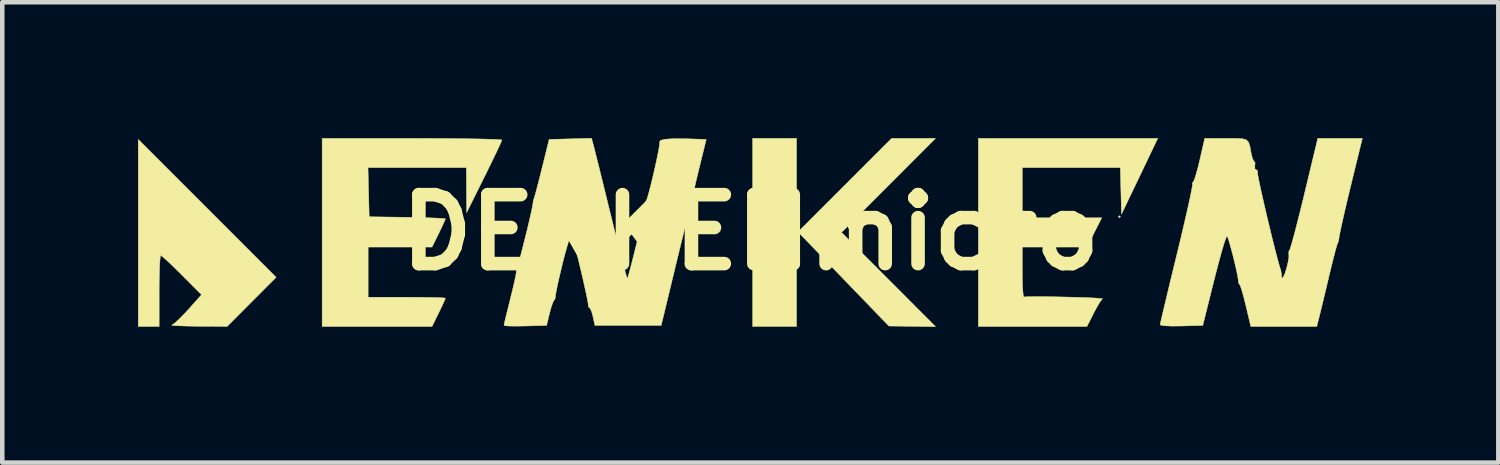
<source format=kicad_pcb>
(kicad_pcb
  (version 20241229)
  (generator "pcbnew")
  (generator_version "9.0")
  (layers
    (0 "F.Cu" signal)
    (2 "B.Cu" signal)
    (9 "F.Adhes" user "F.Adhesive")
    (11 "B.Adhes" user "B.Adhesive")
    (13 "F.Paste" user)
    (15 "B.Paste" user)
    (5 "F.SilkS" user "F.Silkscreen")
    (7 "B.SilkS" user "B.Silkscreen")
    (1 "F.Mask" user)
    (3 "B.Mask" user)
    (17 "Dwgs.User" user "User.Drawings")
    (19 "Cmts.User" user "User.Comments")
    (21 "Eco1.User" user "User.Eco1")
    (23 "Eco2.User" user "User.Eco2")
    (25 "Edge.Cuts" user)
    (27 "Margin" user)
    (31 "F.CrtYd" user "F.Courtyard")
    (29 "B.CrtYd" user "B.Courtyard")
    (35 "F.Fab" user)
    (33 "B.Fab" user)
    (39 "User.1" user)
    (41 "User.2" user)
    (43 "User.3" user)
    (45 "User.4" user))
  (footprint "DENKENmicro"
    (layer "F.Cu")
    (at 13.536 2.086)
    (property "Reference" "DENKENmicro" (at 0 0 0) (layer "F.SilkS") (effects (font (size 1.524 1.524) (thickness 0.3))))
    (attr through_hole)
    (fp_poly (pts (xy 1.016 2.078) (xy 0.046 2.078) (xy 0.046 -2.078) (xy 1.016 -2.078) (xy 1.016 2.078)) (stroke (width 0.01) (type solid)) (fill yes) (layer "F.SilkS"))
    (fp_poly (pts (xy 8.174 -0.346) (xy 8.151 -0.323) (xy 8.128 -0.346) (xy 8.151 -0.369) (xy 8.174 -0.346)) (stroke (width 0.01) (type solid)) (fill yes) (layer "F.SilkS"))
    (fp_poly (pts (xy 3.048 -1.039) (xy 2.01 0) (xy 4.087 2.082) (xy 3.572 2.075) (xy 3.056 2.068) (xy 2.053 1.029) (xy 1.05 -0.01) (xy 3.117 -2.078) (xy 4.086 -2.078) (xy 3.048 -1.039)) (stroke (width 0.01) (type solid)) (fill yes) (layer "F.SilkS"))
    (fp_poly (pts (xy -12.007 -0.531) (xy -10.484 0.992) (xy -11.567 2.078) (xy -12.214 2.073) (xy -12.439 2.07) (xy -12.62 2.064) (xy -12.742 2.058) (xy -12.792 2.051) (xy -12.789 2.048) (xy -12.727 2.006) (xy -12.623 1.911) (xy -12.494 1.78) (xy -12.424 1.703) (xy -12.133 1.377) (xy -12.566 0.943) (xy -12.728 0.782) (xy -12.868 0.648) (xy -12.973 0.553) (xy -13.029 0.51) (xy -13.034 0.508) (xy -13.046 0.552) (xy -13.056 0.673) (xy -13.063 0.856) (xy -13.068 1.087) (xy -13.069 1.293) (xy -13.069 2.078) (xy -13.531 2.078) (xy -13.531 -2.055) (xy -12.007 -0.531)) (stroke (width 0.01) (type solid)) (fill yes) (layer "F.SilkS"))
    (fp_poly (pts (xy 8.598 -1.241) (xy 8.197 -0.405) (xy 8.171 -1.432) (xy 6.004 -1.432) (xy 6.004 -0.323) (xy 7.76 -0.323) (xy 7.597 0) (xy 7.434 0.323) (xy 6.004 0.323) (xy 6.004 0.877) (xy 6.006 1.091) (xy 6.014 1.265) (xy 6.025 1.383) (xy 6.038 1.426) (xy 6.038 1.426) (xy 6.12 1.421) (xy 6.266 1.419) (xy 6.461 1.419) (xy 6.688 1.422) (xy 6.929 1.427) (xy 7.168 1.433) (xy 7.389 1.44) (xy 7.575 1.448) (xy 7.709 1.456) (xy 7.773 1.464) (xy 7.776 1.467) (xy 7.73 1.523) (xy 7.66 1.638) (xy 7.58 1.787) (xy 7.579 1.79) (xy 7.434 2.078) (xy 5.034 2.078) (xy 5.034 -2.078) (xy 8.998 -2.078) (xy 8.598 -1.241)) (stroke (width 0.01) (type solid)) (fill yes) (layer "F.SilkS"))
    (fp_poly (pts (xy -7.063 -2.077) (xy -6.675 -2.075) (xy -6.326 -2.071) (xy -6.026 -2.066) (xy -5.784 -2.06) (xy -5.61 -2.054) (xy -5.513 -2.046) (xy -5.496 -2.041) (xy -5.515 -1.99) (xy -5.57 -1.87) (xy -5.653 -1.695) (xy -5.759 -1.477) (xy -5.88 -1.23) (xy -5.885 -1.222) (xy -6.274 -0.439) (xy -6.277 -0.935) (xy -6.281 -1.432) (xy -8.454 -1.432) (xy -8.441 -0.889) (xy -8.428 -0.346) (xy -7.585 -0.334) (xy -7.318 -0.329) (xy -7.085 -0.322) (xy -6.902 -0.315) (xy -6.783 -0.307) (xy -6.743 -0.3) (xy -6.762 -0.251) (xy -6.812 -0.142) (xy -6.882 0.004) (xy -6.891 0.022) (xy -7.039 0.323) (xy -8.451 0.323) (xy -8.451 1.432) (xy -7.597 1.432) (xy -7.327 1.433) (xy -7.093 1.436) (xy -6.908 1.441) (xy -6.786 1.447) (xy -6.743 1.454) (xy -6.762 1.503) (xy -6.812 1.613) (xy -6.882 1.759) (xy -6.891 1.777) (xy -7.039 2.078) (xy -9.467 2.078) (xy -9.467 -2.078) (xy -7.481 -2.078) (xy -7.063 -2.077)) (stroke (width 0.01) (type solid)) (fill yes) (layer "F.SilkS"))
    (fp_poly (pts (xy 10.728 -2.078) (xy 10.872 -2.07) (xy 10.959 -2.044) (xy 11.008 -1.988) (xy 11.037 -1.892) (xy 11.063 -1.745) (xy 11.063 -1.743) (xy 11.091 -1.632) (xy 11.123 -1.573) (xy 11.131 -1.57) (xy 11.15 -1.533) (xy 11.143 -1.478) (xy 11.145 -1.403) (xy 11.173 -1.385) (xy 11.207 -1.359) (xy 11.201 -1.342) (xy 11.205 -1.29) (xy 11.229 -1.163) (xy 11.268 -0.977) (xy 11.319 -0.748) (xy 11.379 -0.489) (xy 11.443 -0.218) (xy 11.508 0.052) (xy 11.571 0.306) (xy 11.628 0.526) (xy 11.675 0.7) (xy 11.708 0.811) (xy 11.716 0.831) (xy 11.736 0.936) (xy 11.734 0.97) (xy 11.741 1.011) (xy 11.766 0.993) (xy 11.804 0.92) (xy 11.844 0.796) (xy 11.878 0.657) (xy 11.897 0.534) (xy 11.893 0.464) (xy 11.893 0.463) (xy 11.896 0.413) (xy 11.904 0.408) (xy 11.924 0.361) (xy 11.962 0.235) (xy 12.015 0.043) (xy 12.079 -0.204) (xy 12.152 -0.494) (xy 12.231 -0.815) (xy 12.237 -0.843) (xy 12.534 -2.078) (xy 13.519 -2.078) (xy 13.268 -1.051) (xy 13.195 -0.749) (xy 13.13 -0.473) (xy 13.076 -0.235) (xy 13.036 -0.051) (xy 13.013 0.065) (xy 13.009 0.092) (xy 12.993 0.189) (xy 12.976 0.231) (xy 12.957 0.281) (xy 12.922 0.406) (xy 12.874 0.591) (xy 12.818 0.818) (xy 12.776 0.993) (xy 12.714 1.256) (xy 12.655 1.5) (xy 12.605 1.706) (xy 12.569 1.854) (xy 12.556 1.905) (xy 12.512 2.078) (xy 11.054 2.078) (xy 10.945 1.616) (xy 10.897 1.425) (xy 10.854 1.272) (xy 10.822 1.177) (xy 10.808 1.155) (xy 10.784 1.116) (xy 10.779 1.074) (xy 10.768 0.987) (xy 10.739 0.843) (xy 10.698 0.665) (xy 10.651 0.476) (xy 10.604 0.301) (xy 10.563 0.162) (xy 10.534 0.085) (xy 10.53 0.078) (xy 10.509 0.11) (xy 10.471 0.219) (xy 10.418 0.394) (xy 10.355 0.623) (xy 10.284 0.893) (xy 10.245 1.048) (xy 9.993 2.055) (xy 9.522 2.068) (xy 9.316 2.07) (xy 9.16 2.064) (xy 9.068 2.05) (xy 9.052 2.038) (xy 9.062 1.985) (xy 9.092 1.852) (xy 9.14 1.651) (xy 9.201 1.393) (xy 9.274 1.088) (xy 9.357 0.747) (xy 9.421 0.485) (xy 9.508 0.125) (xy 9.586 -0.207) (xy 9.653 -0.499) (xy 9.707 -0.742) (xy 9.744 -0.925) (xy 9.764 -1.036) (xy 9.765 -1.067) (xy 9.766 -1.106) (xy 9.776 -1.108) (xy 9.801 -1.15) (xy 9.839 -1.264) (xy 9.886 -1.432) (xy 9.925 -1.593) (xy 10.036 -2.078) (xy 10.511 -2.078) (xy 10.728 -2.078)) (stroke (width 0.01) (type solid)) (fill yes) (layer "F.SilkS"))
    (fp_poly (pts (xy -3.471 -1.922) (xy -3.449 -1.838) (xy -3.409 -1.676) (xy -3.352 -1.45) (xy -3.283 -1.172) (xy -3.205 -0.854) (xy -3.121 -0.509) (xy -3.087 -0.373) (xy -3.003 -0.03) (xy -2.924 0.282) (xy -2.855 0.552) (xy -2.798 0.77) (xy -2.755 0.925) (xy -2.73 1.006) (xy -2.725 1.016) (xy -2.707 0.974) (xy -2.674 0.859) (xy -2.629 0.689) (xy -2.576 0.48) (xy -2.519 0.251) (xy -2.464 0.018) (xy -2.413 -0.2) (xy -2.371 -0.388) (xy -2.343 -0.527) (xy -2.332 -0.6) (xy -2.332 -0.6) (xy -2.318 -0.677) (xy -2.309 -0.693) (xy -2.285 -0.749) (xy -2.249 -0.874) (xy -2.203 -1.048) (xy -2.154 -1.251) (xy -2.106 -1.462) (xy -2.063 -1.661) (xy -2.029 -1.829) (xy -2.011 -1.945) (xy -2.01 -1.988) (xy -1.996 -2.031) (xy -1.891 -2.059) (xy -1.695 -2.072) (xy -1.409 -2.069) (xy -1.402 -2.069) (xy -0.98 -2.055) (xy -1.136 -1.419) (xy -1.192 -1.188) (xy -1.238 -0.99) (xy -1.27 -0.841) (xy -1.285 -0.759) (xy -1.285 -0.749) (xy -1.296 -0.682) (xy -1.309 -0.647) (xy -1.327 -0.585) (xy -1.364 -0.446) (xy -1.416 -0.241) (xy -1.481 0.018) (xy -1.555 0.32) (xy -1.636 0.652) (xy -1.657 0.739) (xy -1.975 2.055) (xy -3.44 2.055) (xy -3.482 1.859) (xy -3.515 1.74) (xy -3.552 1.67) (xy -3.565 1.663) (xy -3.589 1.635) (xy -3.585 1.626) (xy -3.589 1.574) (xy -3.612 1.45) (xy -3.65 1.273) (xy -3.697 1.059) (xy -3.751 0.828) (xy -3.807 0.596) (xy -3.86 0.382) (xy -3.907 0.203) (xy -3.944 0.077) (xy -3.954 0.046) (xy -3.973 0.065) (xy -4.009 0.16) (xy -4.057 0.318) (xy -4.115 0.527) (xy -4.157 0.692) (xy -4.215 0.936) (xy -4.264 1.149) (xy -4.297 1.314) (xy -4.314 1.415) (xy -4.314 1.438) (xy -4.326 1.482) (xy -4.334 1.485) (xy -4.364 1.535) (xy -4.405 1.649) (xy -4.44 1.778) (xy -4.507 2.055) (xy -4.978 2.068) (xy -5.174 2.071) (xy -5.33 2.069) (xy -5.427 2.062) (xy -5.449 2.054) (xy -5.439 2.001) (xy -5.41 1.877) (xy -5.366 1.7) (xy -5.313 1.488) (xy -5.311 1.476) (xy -5.258 1.262) (xy -5.216 1.081) (xy -5.188 0.951) (xy -5.179 0.891) (xy -5.179 0.89) (xy -5.17 0.82) (xy -5.158 0.785) (xy -5.134 0.71) (xy -5.096 0.571) (xy -5.048 0.384) (xy -4.994 0.171) (xy -4.939 -0.05) (xy -4.889 -0.26) (xy -4.848 -0.44) (xy -4.82 -0.571) (xy -4.81 -0.632) (xy -4.81 -0.634) (xy -4.801 -0.704) (xy -4.789 -0.739) (xy -4.767 -0.807) (xy -4.729 -0.947) (xy -4.679 -1.139) (xy -4.622 -1.365) (xy -4.605 -1.432) (xy -4.451 -2.055) (xy -3.983 -2.068) (xy -3.515 -2.081) (xy -3.471 -1.922)) (stroke (width 0.01) (type solid)) (fill yes) (layer "F.SilkS")))
  (gr_rect
    (start -3 -3)
    (end 30.06 7.173)
    (stroke (width 0.1) (type default))
    (fill no)
    (layer "Edge.Cuts")))
</source>
